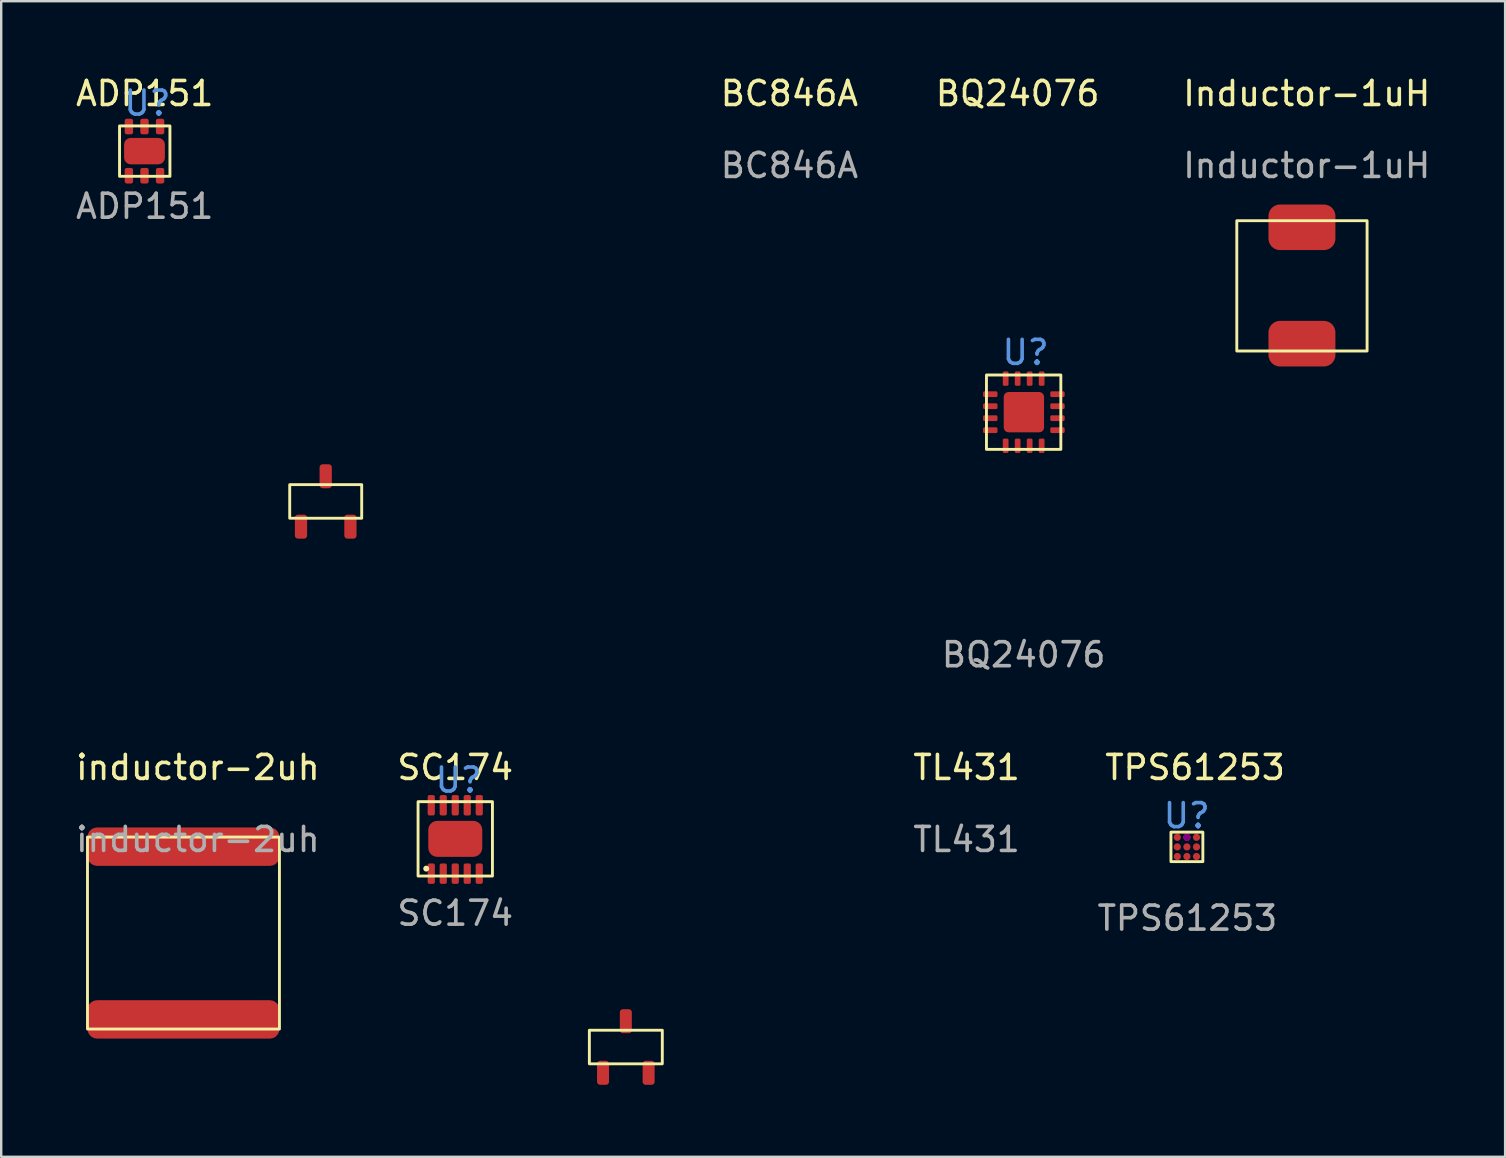
<source format=kicad_pcb>
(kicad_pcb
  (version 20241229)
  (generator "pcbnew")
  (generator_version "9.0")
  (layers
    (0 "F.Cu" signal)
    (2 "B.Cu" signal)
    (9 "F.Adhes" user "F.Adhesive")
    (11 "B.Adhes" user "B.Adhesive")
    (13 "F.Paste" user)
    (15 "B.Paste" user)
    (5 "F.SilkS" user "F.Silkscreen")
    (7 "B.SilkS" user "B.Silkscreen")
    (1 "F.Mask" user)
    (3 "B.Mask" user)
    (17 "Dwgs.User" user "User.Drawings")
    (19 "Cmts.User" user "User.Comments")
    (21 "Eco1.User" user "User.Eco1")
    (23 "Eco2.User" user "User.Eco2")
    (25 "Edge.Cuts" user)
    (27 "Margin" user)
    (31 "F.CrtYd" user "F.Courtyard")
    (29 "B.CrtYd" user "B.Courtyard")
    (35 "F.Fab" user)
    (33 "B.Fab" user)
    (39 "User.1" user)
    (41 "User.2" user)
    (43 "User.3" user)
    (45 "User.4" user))
  (footprint "SC174"
    (layer "F.Cu")
    (at 15.923 31.91)
    (property "Reference" "SC174" (at 0 -2.975 0) (unlocked yes) (layer "F.SilkS") (effects (font (size 1 1) (thickness 0.15))))
    (attr smd)
    (fp_rect (start -1.55 -1.55) (end 1.55 1.55) (stroke (width 0.12) (type solid)) (fill no) (layer "F.SilkS"))
    (fp_circle (center -1.21 1.24) (end -1.16 1.28) (stroke (width 0.12) (type solid)) (fill no) (layer "F.SilkS"))
    (fp_text user "U?" (at 0.14 -2.45 0) (unlocked yes) (layer "Cmts.User") (effects (font (size 1 1) (thickness 0.15))))
    (fp_text user "${REFERENCE}" (at 0 3.1 0) (unlocked yes) (layer "F.Fab") (effects (font (size 1 1) (thickness 0.15))))
    (pad "1" smd roundrect (at -1 1.45) (size 0.3 0.85) (layers "F.Cu" "F.Mask" "F.Paste") (roundrect_rratio 0.25))
    (pad "2" smd roundrect (at -0.5 1.45) (size 0.3 0.85) (layers "F.Cu" "F.Mask" "F.Paste") (roundrect_rratio 0.25))
    (pad "3" smd roundrect (at 0 1.45) (size 0.3 0.85) (layers "F.Cu" "F.Mask" "F.Paste") (roundrect_rratio 0.25))
    (pad "4" smd roundrect (at 0.5 1.45) (size 0.3 0.85) (layers "F.Cu" "F.Mask" "F.Paste") (roundrect_rratio 0.25))
    (pad "5" smd roundrect (at 1 1.45) (size 0.3 0.85) (layers "F.Cu" "F.Mask" "F.Paste") (roundrect_rratio 0.25))
    (pad "6" smd roundrect (at 1 -1.4) (size 0.3 0.85) (layers "F.Cu" "F.Mask" "F.Paste") (roundrect_rratio 0.25))
    (pad "7" smd roundrect (at 0.5 -1.4) (size 0.3 0.85) (layers "F.Cu" "F.Mask" "F.Paste") (roundrect_rratio 0.25))
    (pad "8" smd roundrect (at 0 -1.4) (size 0.3 0.85) (layers "F.Cu" "F.Mask" "F.Paste") (roundrect_rratio 0.25))
    (pad "9" smd roundrect (at -0.5 -1.4) (size 0.3 0.85) (layers "F.Cu" "F.Mask" "F.Paste") (roundrect_rratio 0.25))
    (pad "10" smd roundrect (at -1 -1.4) (size 0.3 0.85) (layers "F.Cu" "F.Mask" "F.Paste") (roundrect_rratio 0.25))
    (pad "GND" smd roundrect (at 0 0) (size 2.25 1.5) (layers "F.Cu" "F.Mask" "F.Paste") (roundrect_rratio 0.25)))
  (footprint "ADP151"
    (layer "F.Cu")
    (at 2.982 3.248)
    (property "Reference" "ADP151" (at 0 -2.4 0) (unlocked yes) (layer "F.SilkS") (effects (font (size 1 1) (thickness 0.15))))
    (attr smd)
    (fp_rect (start -1.05 -1.05) (end 1.05 1.05) (stroke (width 0.12) (type solid)) (fill no) (layer "F.SilkS"))
    (fp_text user "U?" (at 0.11 -2 0) (unlocked yes) (layer "Cmts.User") (effects (font (size 1 1) (thickness 0.15))))
    (fp_text user "${REFERENCE}" (at 0 2.3 0) (unlocked yes) (layer "F.Fab") (effects (font (size 1 1) (thickness 0.15))))
    (pad "1" smd roundrect (at -0.66 1.025) (size 0.35 0.65) (layers "F.Cu" "F.Mask" "F.Paste") (roundrect_rratio 0.25))
    (pad "2" smd roundrect (at -0.01 1.025) (size 0.35 0.65) (layers "F.Cu" "F.Mask" "F.Paste") (roundrect_rratio 0.25))
    (pad "3" smd roundrect (at 0.64 1.025) (size 0.35 0.65) (layers "F.Cu" "F.Mask" "F.Paste") (roundrect_rratio 0.25))
    (pad "4" smd roundrect (at 0.64 -1.025) (size 0.35 0.65) (layers "F.Cu" "F.Mask" "F.Paste") (roundrect_rratio 0.25))
    (pad "5" smd roundrect (at -0.01 -1.025) (size 0.35 0.65) (layers "F.Cu" "F.Mask" "F.Paste") (roundrect_rratio 0.25))
    (pad "6" smd roundrect (at -0.66 -1.025) (size 0.35 0.65) (layers "F.Cu" "F.Mask" "F.Paste") (roundrect_rratio 0.25))
    (pad "GND" smd roundrect (at -0.01 0) (size 1.7 1.1) (layers "F.Cu" "F.Mask" "F.Paste") (roundrect_rratio 0.25)))
  (footprint "inductor-2uh"
    (layer "F.Cu")
    (at 4.596 35.835)
    (property "Reference" "inductor-2uh" (at 0.6 -6.9 0) (unlocked yes) (layer "F.SilkS") (effects (font (size 1 1) (thickness 0.15))))
    (attr smd)
    (fp_rect (start -4 -4) (end 4 4) (stroke (width 0.12) (type solid)) (fill no) (layer "F.SilkS"))
    (fp_text user "${REFERENCE}" (at 0.6 -3.9 0) (unlocked yes) (layer "F.Fab") (effects (font (size 1 1) (thickness 0.15))))
    (pad "1" smd roundrect (at 0 -3.6) (size 8 1.6) (layers "F.Cu" "F.Mask" "F.Paste") (roundrect_rratio 0.25))
    (pad "2" smd roundrect (at 0 3.6) (size 8 1.6) (layers "F.Cu" "F.Mask" "F.Paste") (roundrect_rratio 0.25)))
  (footprint "TPS61253"
    (layer "F.Cu")
    (at 46.415 32.245)
    (property "Reference" "TPS61253" (at 0.34 -3.31 0) (unlocked yes) (layer "F.SilkS") (effects (font (size 1 1) (thickness 0.15))))
    (attr smd)
    (fp_rect (start -0.665 -0.615) (end 0.665 0.615) (stroke (width 0.12) (type solid)) (fill no) (layer "F.SilkS"))
    (fp_text user "U?" (at -0.01 -1.3 0) (unlocked yes) (layer "Cmts.User") (effects (font (size 1 1) (thickness 0.15))))
    (fp_text user "${REFERENCE}" (at 0.02 2.97 0) (unlocked yes) (layer "F.Fab") (effects (font (size 1 1) (thickness 0.15))))
    (pad "A1" smd circle (at -0.4 -0.4) (size 0.3 0.3) (layers "F.Cu" "F.Mask" "F.Paste"))
    (pad "A2" smd circle (at 0 -0.4) (size 0.3 0.3) (layers "F.Cu" "F.Mask" "F.Adhes" "F.Paste"))
    (pad "A3" smd circle (at 0.4 -0.4) (size 0.3 0.3) (layers "F.Cu" "F.Mask" "F.Paste"))
    (pad "B1" smd circle (at -0.4 0) (size 0.3 0.3) (layers "F.Cu" "F.Mask" "F.Paste"))
    (pad "B2" smd circle (at 0 0) (size 0.3 0.3) (layers "F.Cu" "F.Mask" "F.Paste"))
    (pad "B3" smd circle (at 0.4 0) (size 0.3 0.3) (layers "F.Cu" "F.Mask" "F.Paste"))
    (pad "C1" smd circle (at -0.4 0.4) (size 0.3 0.3) (layers "F.Cu" "F.Mask" "F.Paste"))
    (pad "C2" smd circle (at 0 0.4) (size 0.3 0.3) (layers "F.Cu" "F.Mask" "F.Paste"))
    (pad "C3" smd circle (at 0.4 0.4) (size 0.3 0.3) (layers "F.Cu" "F.Mask" "F.Paste")))
  (footprint "BQ24076"
    (layer "F.Cu")
    (at 39.611 14.128)
    (property "Reference" "BQ24076" (at -0.25 -13.28 0) (unlocked yes) (layer "F.SilkS") (effects (font (size 1 1) (thickness 0.15))))
    (attr smd)
    (fp_rect (start -1.55 -1.55) (end 1.55 1.55) (stroke (width 0.12) (type solid)) (fill no) (layer "F.SilkS"))
    (fp_text user "U?" (at 0.08 -2.49 0) (unlocked yes) (layer "Cmts.User") (effects (font (size 1 1) (thickness 0.15))))
    (fp_text user "${REFERENCE}" (at 0 10.11 0) (unlocked yes) (layer "F.Fab") (effects (font (size 1 1) (thickness 0.15))))
    (pad "1" smd roundrect (at -1.39 -0.75 180) (size 0.6 0.24) (layers "F.Cu" "F.Mask" "F.Paste") (roundrect_rratio 0.25))
    (pad "2" smd roundrect (at -1.39 -0.25 180) (size 0.6 0.24) (layers "F.Cu" "F.Mask" "F.Paste") (roundrect_rratio 0.25))
    (pad "3" smd roundrect (at -1.39 0.25 180) (size 0.6 0.24) (layers "F.Cu" "F.Mask" "F.Paste") (roundrect_rratio 0.25))
    (pad "4" smd roundrect (at -1.39 0.75 180) (size 0.6 0.24) (layers "F.Cu" "F.Mask" "F.Paste") (roundrect_rratio 0.25))
    (pad "5" smd roundrect (at -0.75 1.4 270) (size 0.6 0.24) (layers "F.Cu" "F.Mask" "F.Paste") (roundrect_rratio 0.25))
    (pad "6" smd roundrect (at -0.25 1.4 270) (size 0.6 0.24) (layers "F.Cu" "F.Mask" "F.Paste") (roundrect_rratio 0.25))
    (pad "7" smd roundrect (at 0.25 1.4 270) (size 0.6 0.24) (layers "F.Cu" "F.Mask" "F.Paste") (roundrect_rratio 0.25))
    (pad "8" smd roundrect (at 0.75 1.4 270) (size 0.6 0.24) (layers "F.Cu" "F.Mask" "F.Paste") (roundrect_rratio 0.25))
    (pad "9" smd roundrect (at 1.41 0.75 180) (size 0.6 0.24) (layers "F.Cu" "F.Mask" "F.Paste") (roundrect_rratio 0.25))
    (pad "10" smd roundrect (at 1.41 0.25 180) (size 0.6 0.24) (layers "F.Cu" "F.Mask" "F.Paste") (roundrect_rratio 0.25))
    (pad "11" smd roundrect (at 1.41 -0.25 180) (size 0.6 0.24) (layers "F.Cu" "F.Mask" "F.Paste") (roundrect_rratio 0.25))
    (pad "12" smd roundrect (at 1.41 -0.75 180) (size 0.6 0.24) (layers "F.Cu" "F.Mask" "F.Paste") (roundrect_rratio 0.25))
    (pad "13" smd roundrect (at 0.75 -1.4 270) (size 0.6 0.24) (layers "F.Cu" "F.Mask" "F.Paste") (roundrect_rratio 0.25))
    (pad "14" smd roundrect (at 0.25 -1.4 270) (size 0.6 0.24) (layers "F.Cu" "F.Mask" "F.Paste") (roundrect_rratio 0.25))
    (pad "15" smd roundrect (at -0.25 -1.4 270) (size 0.6 0.24) (layers "F.Cu" "F.Mask" "F.Paste") (roundrect_rratio 0.25))
    (pad "16" smd roundrect (at -0.75 -1.4 270) (size 0.6 0.24) (layers "F.Cu" "F.Mask" "F.Paste") (roundrect_rratio 0.25))
    (pad "17" smd roundrect (at 0.01 0 270) (size 1.68 1.68) (layers "F.Cu" "F.Mask" "F.Paste") (roundrect_rratio 0.119)))
  (footprint "Inductor-1uH"
    (layer "F.Cu")
    (at 51.209 8.848)
    (property "Reference" "Inductor-1uH" (at 0.2 -8 0) (unlocked yes) (layer "F.SilkS") (effects (font (size 1 1) (thickness 0.15))))
    (attr smd)
    (fp_rect (start -2.715 -2.7) (end 2.715 2.73) (stroke (width 0.12) (type solid)) (fill no) (layer "F.SilkS"))
    (fp_text user "${REFERENCE}" (at 0.2 -5 0) (unlocked yes) (layer "F.Fab") (effects (font (size 1 1) (thickness 0.15))))
    (pad "1" smd roundrect (at 0 -2.425) (size 2.79 1.9) (layers "F.Cu" "F.Mask" "F.Paste") (roundrect_rratio 0.25))
    (pad "2" smd roundrect (at 0 2.425) (size 2.79 1.9) (layers "F.Cu" "F.Mask" "F.Paste") (roundrect_rratio 0.25)))
  (footprint "TL431"
    (layer "F.Cu")
    (at 23.032 40.585)
    (property "Reference" "TL431" (at 14.2 -11.65 0) (unlocked yes) (layer "F.SilkS") (effects (font (size 1 1) (thickness 0.15))))
    (attr smd)
    (fp_rect (start -1.52 -0.7) (end 1.52 0.7) (stroke (width 0.12) (type solid)) (fill no) (layer "F.SilkS"))
    (fp_text user "${REFERENCE}" (at 14.2 -8.65 0) (unlocked yes) (layer "F.Fab") (effects (font (size 1 1) (thickness 0.15))))
    (pad "1" smd roundrect (at -0.95 1.075) (size 0.5 1) (layers "F.Cu" "F.Mask" "F.Paste") (roundrect_rratio 0.25))
    (pad "2" smd roundrect (at 0.95 1.075) (size 0.5 1) (layers "F.Cu" "F.Mask" "F.Paste") (roundrect_rratio 0.25))
    (pad "3" smd roundrect (at 0 -1.075) (size 0.5 1) (layers "F.Cu" "F.Mask" "F.Paste") (roundrect_rratio 0.25)))
  (footprint "BC846A"
    (layer "F.Cu")
    (at 10.524 17.848)
    (property "Reference" "BC846A" (at 19.325 -17 0) (unlocked yes) (layer "F.SilkS") (effects (font (size 1 1) (thickness 0.15))))
    (attr smd)
    (fp_rect (start -1.5 -0.7) (end 1.5 0.7) (stroke (width 0.12) (type solid)) (fill no) (layer "F.SilkS"))
    (fp_text user "${REFERENCE}" (at 19.325 -14 0) (unlocked yes) (layer "F.Fab") (effects (font (size 1 1) (thickness 0.15))))
    (pad "B" smd roundrect (at -1.03 1.05) (size 0.51 1) (layers "F.Cu" "F.Mask" "F.Paste") (roundrect_rratio 0.25))
    (pad "C" smd roundrect (at 0 -1.05) (size 0.51 1) (layers "F.Cu" "F.Mask" "F.Paste") (roundrect_rratio 0.25))
    (pad "E" smd roundrect (at 1.03 1.05) (size 0.51 1) (layers "F.Cu" "F.Mask" "F.Paste") (roundrect_rratio 0.25)))
  (gr_rect
    (start -3 -3)
    (end 59.677 45.16)
    (stroke (width 0.1) (type default))
    (fill no)
    (layer "Edge.Cuts")))
</source>
